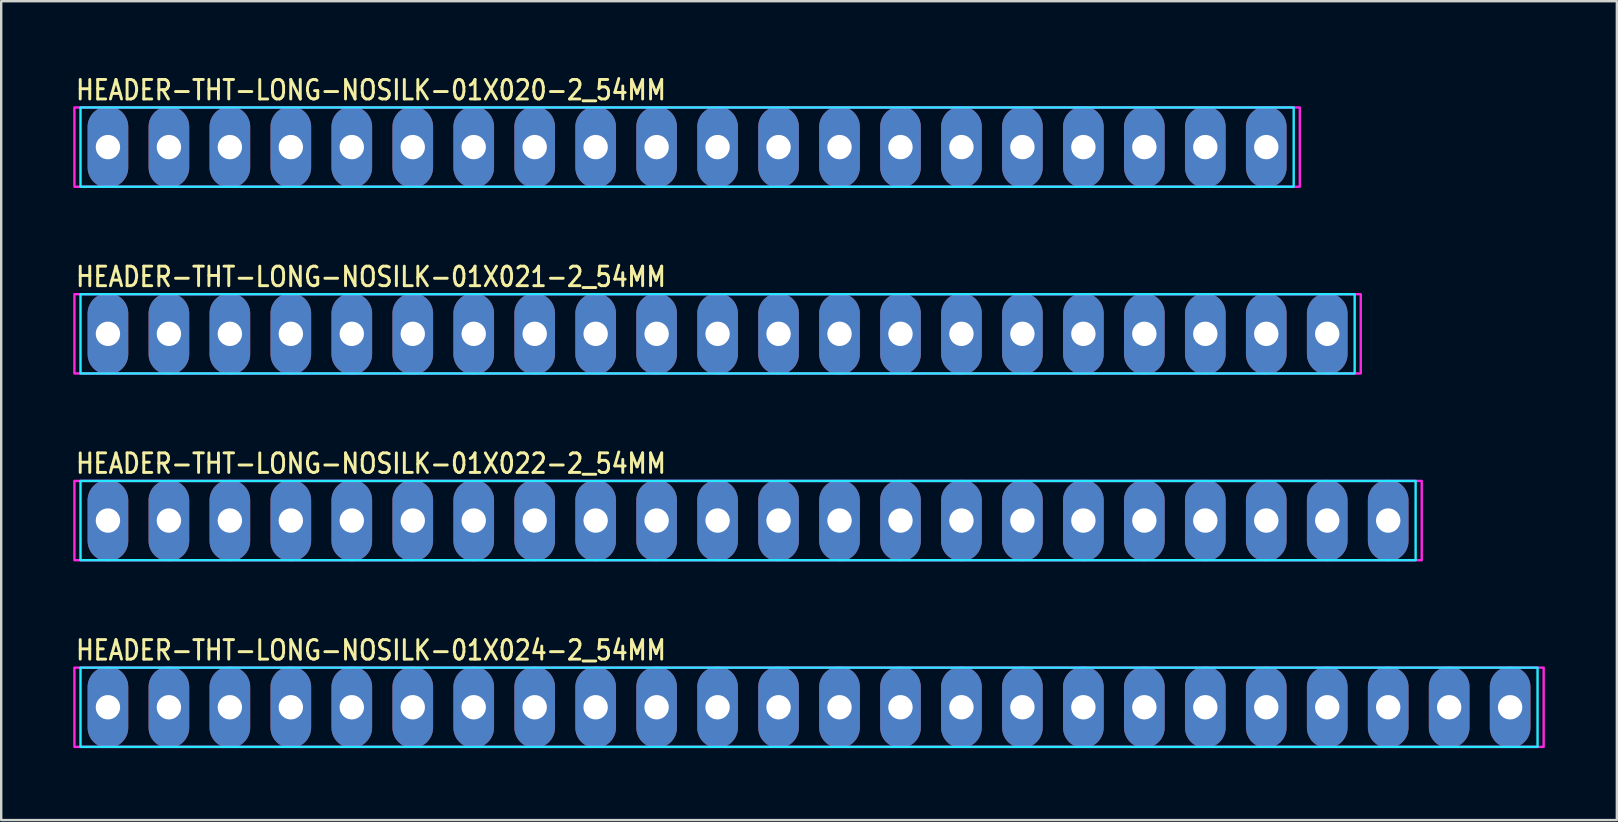
<source format=kicad_pcb>
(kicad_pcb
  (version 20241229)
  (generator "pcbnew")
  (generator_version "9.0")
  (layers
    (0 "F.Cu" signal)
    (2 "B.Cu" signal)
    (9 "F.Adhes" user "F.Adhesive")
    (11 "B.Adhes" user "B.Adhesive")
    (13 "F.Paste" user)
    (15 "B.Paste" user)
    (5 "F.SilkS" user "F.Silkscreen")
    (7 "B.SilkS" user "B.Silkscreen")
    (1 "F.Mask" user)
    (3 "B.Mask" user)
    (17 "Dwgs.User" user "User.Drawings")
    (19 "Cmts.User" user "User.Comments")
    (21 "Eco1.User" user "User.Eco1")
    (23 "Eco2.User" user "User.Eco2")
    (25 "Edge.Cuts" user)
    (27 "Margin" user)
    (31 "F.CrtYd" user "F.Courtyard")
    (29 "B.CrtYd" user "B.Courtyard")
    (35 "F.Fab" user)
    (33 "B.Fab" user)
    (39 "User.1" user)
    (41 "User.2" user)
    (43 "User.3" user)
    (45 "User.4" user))
  (footprint "HEADER-THT-LONG-NOSILK-01X020-2_54MM"
    (layer "F.Cu")
    (at 1.447 3.079)
    (property "Reference" "HEADER-THT-LONG-NOSILK-01X020-2_54MM" (at -1.4 -1.9 0) (unlocked yes) (layer "F.SilkS") (effects (font (size 0.813 0.695) (thickness 0.122)) (justify left bottom)))
    (fp_poly (pts (xy -1.143 -1.651) (xy 49.403 -1.651) (xy 49.403 1.651) (xy -1.143 1.651)) (stroke (width 0.1) (type solid)) (fill no) (layer "B.CrtYd"))
    (fp_poly (pts (xy -1.397 -1.651) (xy 49.657 -1.651) (xy 49.657 1.651) (xy -1.397 1.651)) (stroke (width 0.1) (type solid)) (fill no) (layer "F.CrtYd"))
    (pad "1" thru_hole oval (at 0 0 90) (size 3.387 1.693) (drill 1.016) (layers "*.Cu" "*.Mask"))
    (pad "2" thru_hole oval (at 2.54 0 90) (size 3.387 1.693) (drill 1.016) (layers "*.Cu" "*.Mask"))
    (pad "3" thru_hole oval (at 5.08 0 90) (size 3.387 1.693) (drill 1.016) (layers "*.Cu" "*.Mask"))
    (pad "4" thru_hole oval (at 7.62 0 90) (size 3.387 1.693) (drill 1.016) (layers "*.Cu" "*.Mask"))
    (pad "5" thru_hole oval (at 10.16 0 90) (size 3.387 1.693) (drill 1.016) (layers "*.Cu" "*.Mask"))
    (pad "6" thru_hole oval (at 12.7 0 90) (size 3.387 1.693) (drill 1.016) (layers "*.Cu" "*.Mask"))
    (pad "7" thru_hole oval (at 15.24 0 90) (size 3.387 1.693) (drill 1.016) (layers "*.Cu" "*.Mask"))
    (pad "8" thru_hole oval (at 17.78 0 90) (size 3.387 1.693) (drill 1.016) (layers "*.Cu" "*.Mask"))
    (pad "9" thru_hole oval (at 20.32 0 90) (size 3.387 1.693) (drill 1.016) (layers "*.Cu" "*.Mask"))
    (pad "10" thru_hole oval (at 22.86 0 90) (size 3.387 1.693) (drill 1.016) (layers "*.Cu" "*.Mask"))
    (pad "11" thru_hole oval (at 25.4 0 90) (size 3.387 1.693) (drill 1.016) (layers "*.Cu" "*.Mask"))
    (pad "12" thru_hole oval (at 27.94 0 90) (size 3.387 1.693) (drill 1.016) (layers "*.Cu" "*.Mask"))
    (pad "13" thru_hole oval (at 30.48 0 90) (size 3.387 1.693) (drill 1.016) (layers "*.Cu" "*.Mask"))
    (pad "14" thru_hole oval (at 33.02 0 90) (size 3.387 1.693) (drill 1.016) (layers "*.Cu" "*.Mask"))
    (pad "15" thru_hole oval (at 35.56 0 90) (size 3.387 1.693) (drill 1.016) (layers "*.Cu" "*.Mask"))
    (pad "16" thru_hole oval (at 38.1 0 90) (size 3.387 1.693) (drill 1.016) (layers "*.Cu" "*.Mask"))
    (pad "17" thru_hole oval (at 40.64 0 90) (size 3.387 1.693) (drill 1.016) (layers "*.Cu" "*.Mask"))
    (pad "18" thru_hole oval (at 43.18 0 90) (size 3.387 1.693) (drill 1.016) (layers "*.Cu" "*.Mask"))
    (pad "19" thru_hole oval (at 45.72 0 90) (size 3.387 1.693) (drill 1.016) (layers "*.Cu" "*.Mask"))
    (pad "20" thru_hole oval (at 48.26 0 90) (size 3.387 1.693) (drill 1.016) (layers "*.Cu" "*.Mask")))
  (footprint "HEADER-THT-LONG-NOSILK-01X021-2_54MM"
    (layer "F.Cu")
    (at 1.447 10.858)
    (property "Reference" "HEADER-THT-LONG-NOSILK-01X021-2_54MM" (at -1.4 -1.9 0) (unlocked yes) (layer "F.SilkS") (effects (font (size 0.813 0.695) (thickness 0.122)) (justify left bottom)))
    (fp_poly (pts (xy -1.143 -1.651) (xy 51.943 -1.651) (xy 51.943 1.651) (xy -1.143 1.651)) (stroke (width 0.1) (type solid)) (fill no) (layer "B.CrtYd"))
    (fp_poly (pts (xy -1.397 -1.651) (xy 52.197 -1.651) (xy 52.197 1.651) (xy -1.397 1.651)) (stroke (width 0.1) (type solid)) (fill no) (layer "F.CrtYd"))
    (pad "1" thru_hole oval (at 0 0 90) (size 3.387 1.693) (drill 1.016) (layers "*.Cu" "*.Mask"))
    (pad "2" thru_hole oval (at 2.54 0 90) (size 3.387 1.693) (drill 1.016) (layers "*.Cu" "*.Mask"))
    (pad "3" thru_hole oval (at 5.08 0 90) (size 3.387 1.693) (drill 1.016) (layers "*.Cu" "*.Mask"))
    (pad "4" thru_hole oval (at 7.62 0 90) (size 3.387 1.693) (drill 1.016) (layers "*.Cu" "*.Mask"))
    (pad "5" thru_hole oval (at 10.16 0 90) (size 3.387 1.693) (drill 1.016) (layers "*.Cu" "*.Mask"))
    (pad "6" thru_hole oval (at 12.7 0 90) (size 3.387 1.693) (drill 1.016) (layers "*.Cu" "*.Mask"))
    (pad "7" thru_hole oval (at 15.24 0 90) (size 3.387 1.693) (drill 1.016) (layers "*.Cu" "*.Mask"))
    (pad "8" thru_hole oval (at 17.78 0 90) (size 3.387 1.693) (drill 1.016) (layers "*.Cu" "*.Mask"))
    (pad "9" thru_hole oval (at 20.32 0 90) (size 3.387 1.693) (drill 1.016) (layers "*.Cu" "*.Mask"))
    (pad "10" thru_hole oval (at 22.86 0 90) (size 3.387 1.693) (drill 1.016) (layers "*.Cu" "*.Mask"))
    (pad "11" thru_hole oval (at 25.4 0 90) (size 3.387 1.693) (drill 1.016) (layers "*.Cu" "*.Mask"))
    (pad "12" thru_hole oval (at 27.94 0 90) (size 3.387 1.693) (drill 1.016) (layers "*.Cu" "*.Mask"))
    (pad "13" thru_hole oval (at 30.48 0 90) (size 3.387 1.693) (drill 1.016) (layers "*.Cu" "*.Mask"))
    (pad "14" thru_hole oval (at 33.02 0 90) (size 3.387 1.693) (drill 1.016) (layers "*.Cu" "*.Mask"))
    (pad "15" thru_hole oval (at 35.56 0 90) (size 3.387 1.693) (drill 1.016) (layers "*.Cu" "*.Mask"))
    (pad "16" thru_hole oval (at 38.1 0 90) (size 3.387 1.693) (drill 1.016) (layers "*.Cu" "*.Mask"))
    (pad "17" thru_hole oval (at 40.64 0 90) (size 3.387 1.693) (drill 1.016) (layers "*.Cu" "*.Mask"))
    (pad "18" thru_hole oval (at 43.18 0 90) (size 3.387 1.693) (drill 1.016) (layers "*.Cu" "*.Mask"))
    (pad "19" thru_hole oval (at 45.72 0 90) (size 3.387 1.693) (drill 1.016) (layers "*.Cu" "*.Mask"))
    (pad "20" thru_hole oval (at 48.26 0 90) (size 3.387 1.693) (drill 1.016) (layers "*.Cu" "*.Mask"))
    (pad "21" thru_hole oval (at 50.8 0 90) (size 3.387 1.693) (drill 1.016) (layers "*.Cu" "*.Mask")))
  (footprint "HEADER-THT-LONG-NOSILK-01X024-2_54MM"
    (layer "F.Cu")
    (at 1.447 26.417)
    (property "Reference" "HEADER-THT-LONG-NOSILK-01X024-2_54MM" (at -1.4 -1.9 0) (unlocked yes) (layer "F.SilkS") (effects (font (size 0.813 0.695) (thickness 0.122)) (justify left bottom)))
    (fp_poly (pts (xy -1.143 -1.651) (xy 59.563 -1.651) (xy 59.563 1.651) (xy -1.143 1.651)) (stroke (width 0.1) (type solid)) (fill no) (layer "B.CrtYd"))
    (fp_poly (pts (xy -1.397 -1.651) (xy 59.817 -1.651) (xy 59.817 1.651) (xy -1.397 1.651)) (stroke (width 0.1) (type solid)) (fill no) (layer "F.CrtYd"))
    (pad "P$1" thru_hole oval (at 0 0 90) (size 3.387 1.693) (drill 1.016) (layers "*.Cu" "*.Mask"))
    (pad "P$2" thru_hole oval (at 2.54 0 90) (size 3.387 1.693) (drill 1.016) (layers "*.Cu" "*.Mask"))
    (pad "P$3" thru_hole oval (at 5.08 0 90) (size 3.387 1.693) (drill 1.016) (layers "*.Cu" "*.Mask"))
    (pad "P$4" thru_hole oval (at 7.62 0 90) (size 3.387 1.693) (drill 1.016) (layers "*.Cu" "*.Mask"))
    (pad "P$5" thru_hole oval (at 10.16 0 90) (size 3.387 1.693) (drill 1.016) (layers "*.Cu" "*.Mask"))
    (pad "P$6" thru_hole oval (at 12.7 0 90) (size 3.387 1.693) (drill 1.016) (layers "*.Cu" "*.Mask"))
    (pad "P$7" thru_hole oval (at 15.24 0 90) (size 3.387 1.693) (drill 1.016) (layers "*.Cu" "*.Mask"))
    (pad "P$8" thru_hole oval (at 17.78 0 90) (size 3.387 1.693) (drill 1.016) (layers "*.Cu" "*.Mask"))
    (pad "P$9" thru_hole oval (at 20.32 0 90) (size 3.387 1.693) (drill 1.016) (layers "*.Cu" "*.Mask"))
    (pad "P$10" thru_hole oval (at 22.86 0 90) (size 3.387 1.693) (drill 1.016) (layers "*.Cu" "*.Mask"))
    (pad "P$11" thru_hole oval (at 25.4 0 90) (size 3.387 1.693) (drill 1.016) (layers "*.Cu" "*.Mask"))
    (pad "P$12" thru_hole oval (at 27.94 0 90) (size 3.387 1.693) (drill 1.016) (layers "*.Cu" "*.Mask"))
    (pad "P$13" thru_hole oval (at 30.48 0 90) (size 3.387 1.693) (drill 1.016) (layers "*.Cu" "*.Mask"))
    (pad "P$14" thru_hole oval (at 33.02 0 90) (size 3.387 1.693) (drill 1.016) (layers "*.Cu" "*.Mask"))
    (pad "P$15" thru_hole oval (at 35.56 0 90) (size 3.387 1.693) (drill 1.016) (layers "*.Cu" "*.Mask"))
    (pad "P$16" thru_hole oval (at 38.1 0 90) (size 3.387 1.693) (drill 1.016) (layers "*.Cu" "*.Mask"))
    (pad "P$17" thru_hole oval (at 40.64 0 90) (size 3.387 1.693) (drill 1.016) (layers "*.Cu" "*.Mask"))
    (pad "P$18" thru_hole oval (at 43.18 0 90) (size 3.387 1.693) (drill 1.016) (layers "*.Cu" "*.Mask"))
    (pad "P$19" thru_hole oval (at 45.72 0 90) (size 3.387 1.693) (drill 1.016) (layers "*.Cu" "*.Mask"))
    (pad "P$20" thru_hole oval (at 48.26 0 90) (size 3.387 1.693) (drill 1.016) (layers "*.Cu" "*.Mask"))
    (pad "P$21" thru_hole oval (at 50.8 0 90) (size 3.387 1.693) (drill 1.016) (layers "*.Cu" "*.Mask"))
    (pad "P$22" thru_hole oval (at 53.34 0 90) (size 3.387 1.693) (drill 1.016) (layers "*.Cu" "*.Mask"))
    (pad "P$23" thru_hole oval (at 55.88 0 90) (size 3.387 1.693) (drill 1.016) (layers "*.Cu" "*.Mask"))
    (pad "P$24" thru_hole oval (at 58.42 0 90) (size 3.387 1.693) (drill 1.016) (layers "*.Cu" "*.Mask")))
  (footprint "HEADER-THT-LONG-NOSILK-01X022-2_54MM"
    (layer "F.Cu")
    (at 1.447 18.638)
    (property "Reference" "HEADER-THT-LONG-NOSILK-01X022-2_54MM" (at -1.4 -1.9 0) (unlocked yes) (layer "F.SilkS") (effects (font (size 0.813 0.695) (thickness 0.122)) (justify left bottom)))
    (fp_poly (pts (xy -1.143 -1.651) (xy 54.483 -1.651) (xy 54.483 1.651) (xy -1.143 1.651)) (stroke (width 0.1) (type solid)) (fill no) (layer "B.CrtYd"))
    (fp_poly (pts (xy -1.397 -1.651) (xy 54.737 -1.651) (xy 54.737 1.651) (xy -1.397 1.651)) (stroke (width 0.1) (type solid)) (fill no) (layer "F.CrtYd"))
    (pad "1" thru_hole oval (at 0 0 90) (size 3.387 1.693) (drill 1.016) (layers "*.Cu" "*.Mask"))
    (pad "2" thru_hole oval (at 2.54 0 90) (size 3.387 1.693) (drill 1.016) (layers "*.Cu" "*.Mask"))
    (pad "3" thru_hole oval (at 5.08 0 90) (size 3.387 1.693) (drill 1.016) (layers "*.Cu" "*.Mask"))
    (pad "4" thru_hole oval (at 7.62 0 90) (size 3.387 1.693) (drill 1.016) (layers "*.Cu" "*.Mask"))
    (pad "5" thru_hole oval (at 10.16 0 90) (size 3.387 1.693) (drill 1.016) (layers "*.Cu" "*.Mask"))
    (pad "6" thru_hole oval (at 12.7 0 90) (size 3.387 1.693) (drill 1.016) (layers "*.Cu" "*.Mask"))
    (pad "7" thru_hole oval (at 15.24 0 90) (size 3.387 1.693) (drill 1.016) (layers "*.Cu" "*.Mask"))
    (pad "8" thru_hole oval (at 17.78 0 90) (size 3.387 1.693) (drill 1.016) (layers "*.Cu" "*.Mask"))
    (pad "9" thru_hole oval (at 20.32 0 90) (size 3.387 1.693) (drill 1.016) (layers "*.Cu" "*.Mask"))
    (pad "10" thru_hole oval (at 22.86 0 90) (size 3.387 1.693) (drill 1.016) (layers "*.Cu" "*.Mask"))
    (pad "11" thru_hole oval (at 25.4 0 90) (size 3.387 1.693) (drill 1.016) (layers "*.Cu" "*.Mask"))
    (pad "12" thru_hole oval (at 27.94 0 90) (size 3.387 1.693) (drill 1.016) (layers "*.Cu" "*.Mask"))
    (pad "13" thru_hole oval (at 30.48 0 90) (size 3.387 1.693) (drill 1.016) (layers "*.Cu" "*.Mask"))
    (pad "14" thru_hole oval (at 33.02 0 90) (size 3.387 1.693) (drill 1.016) (layers "*.Cu" "*.Mask"))
    (pad "15" thru_hole oval (at 35.56 0 90) (size 3.387 1.693) (drill 1.016) (layers "*.Cu" "*.Mask"))
    (pad "16" thru_hole oval (at 38.1 0 90) (size 3.387 1.693) (drill 1.016) (layers "*.Cu" "*.Mask"))
    (pad "17" thru_hole oval (at 40.64 0 90) (size 3.387 1.693) (drill 1.016) (layers "*.Cu" "*.Mask"))
    (pad "18" thru_hole oval (at 43.18 0 90) (size 3.387 1.693) (drill 1.016) (layers "*.Cu" "*.Mask"))
    (pad "19" thru_hole oval (at 45.72 0 90) (size 3.387 1.693) (drill 1.016) (layers "*.Cu" "*.Mask"))
    (pad "20" thru_hole oval (at 48.26 0 90) (size 3.387 1.693) (drill 1.016) (layers "*.Cu" "*.Mask"))
    (pad "21" thru_hole oval (at 50.8 0 90) (size 3.387 1.693) (drill 1.016) (layers "*.Cu" "*.Mask"))
    (pad "22" thru_hole oval (at 53.34 0 90) (size 3.387 1.693) (drill 1.016) (layers "*.Cu" "*.Mask")))
  (gr_rect
    (start -3 -3)
    (end 64.314 31.118)
    (stroke (width 0.1) (type default))
    (fill no)
    (layer "Edge.Cuts")))
</source>
